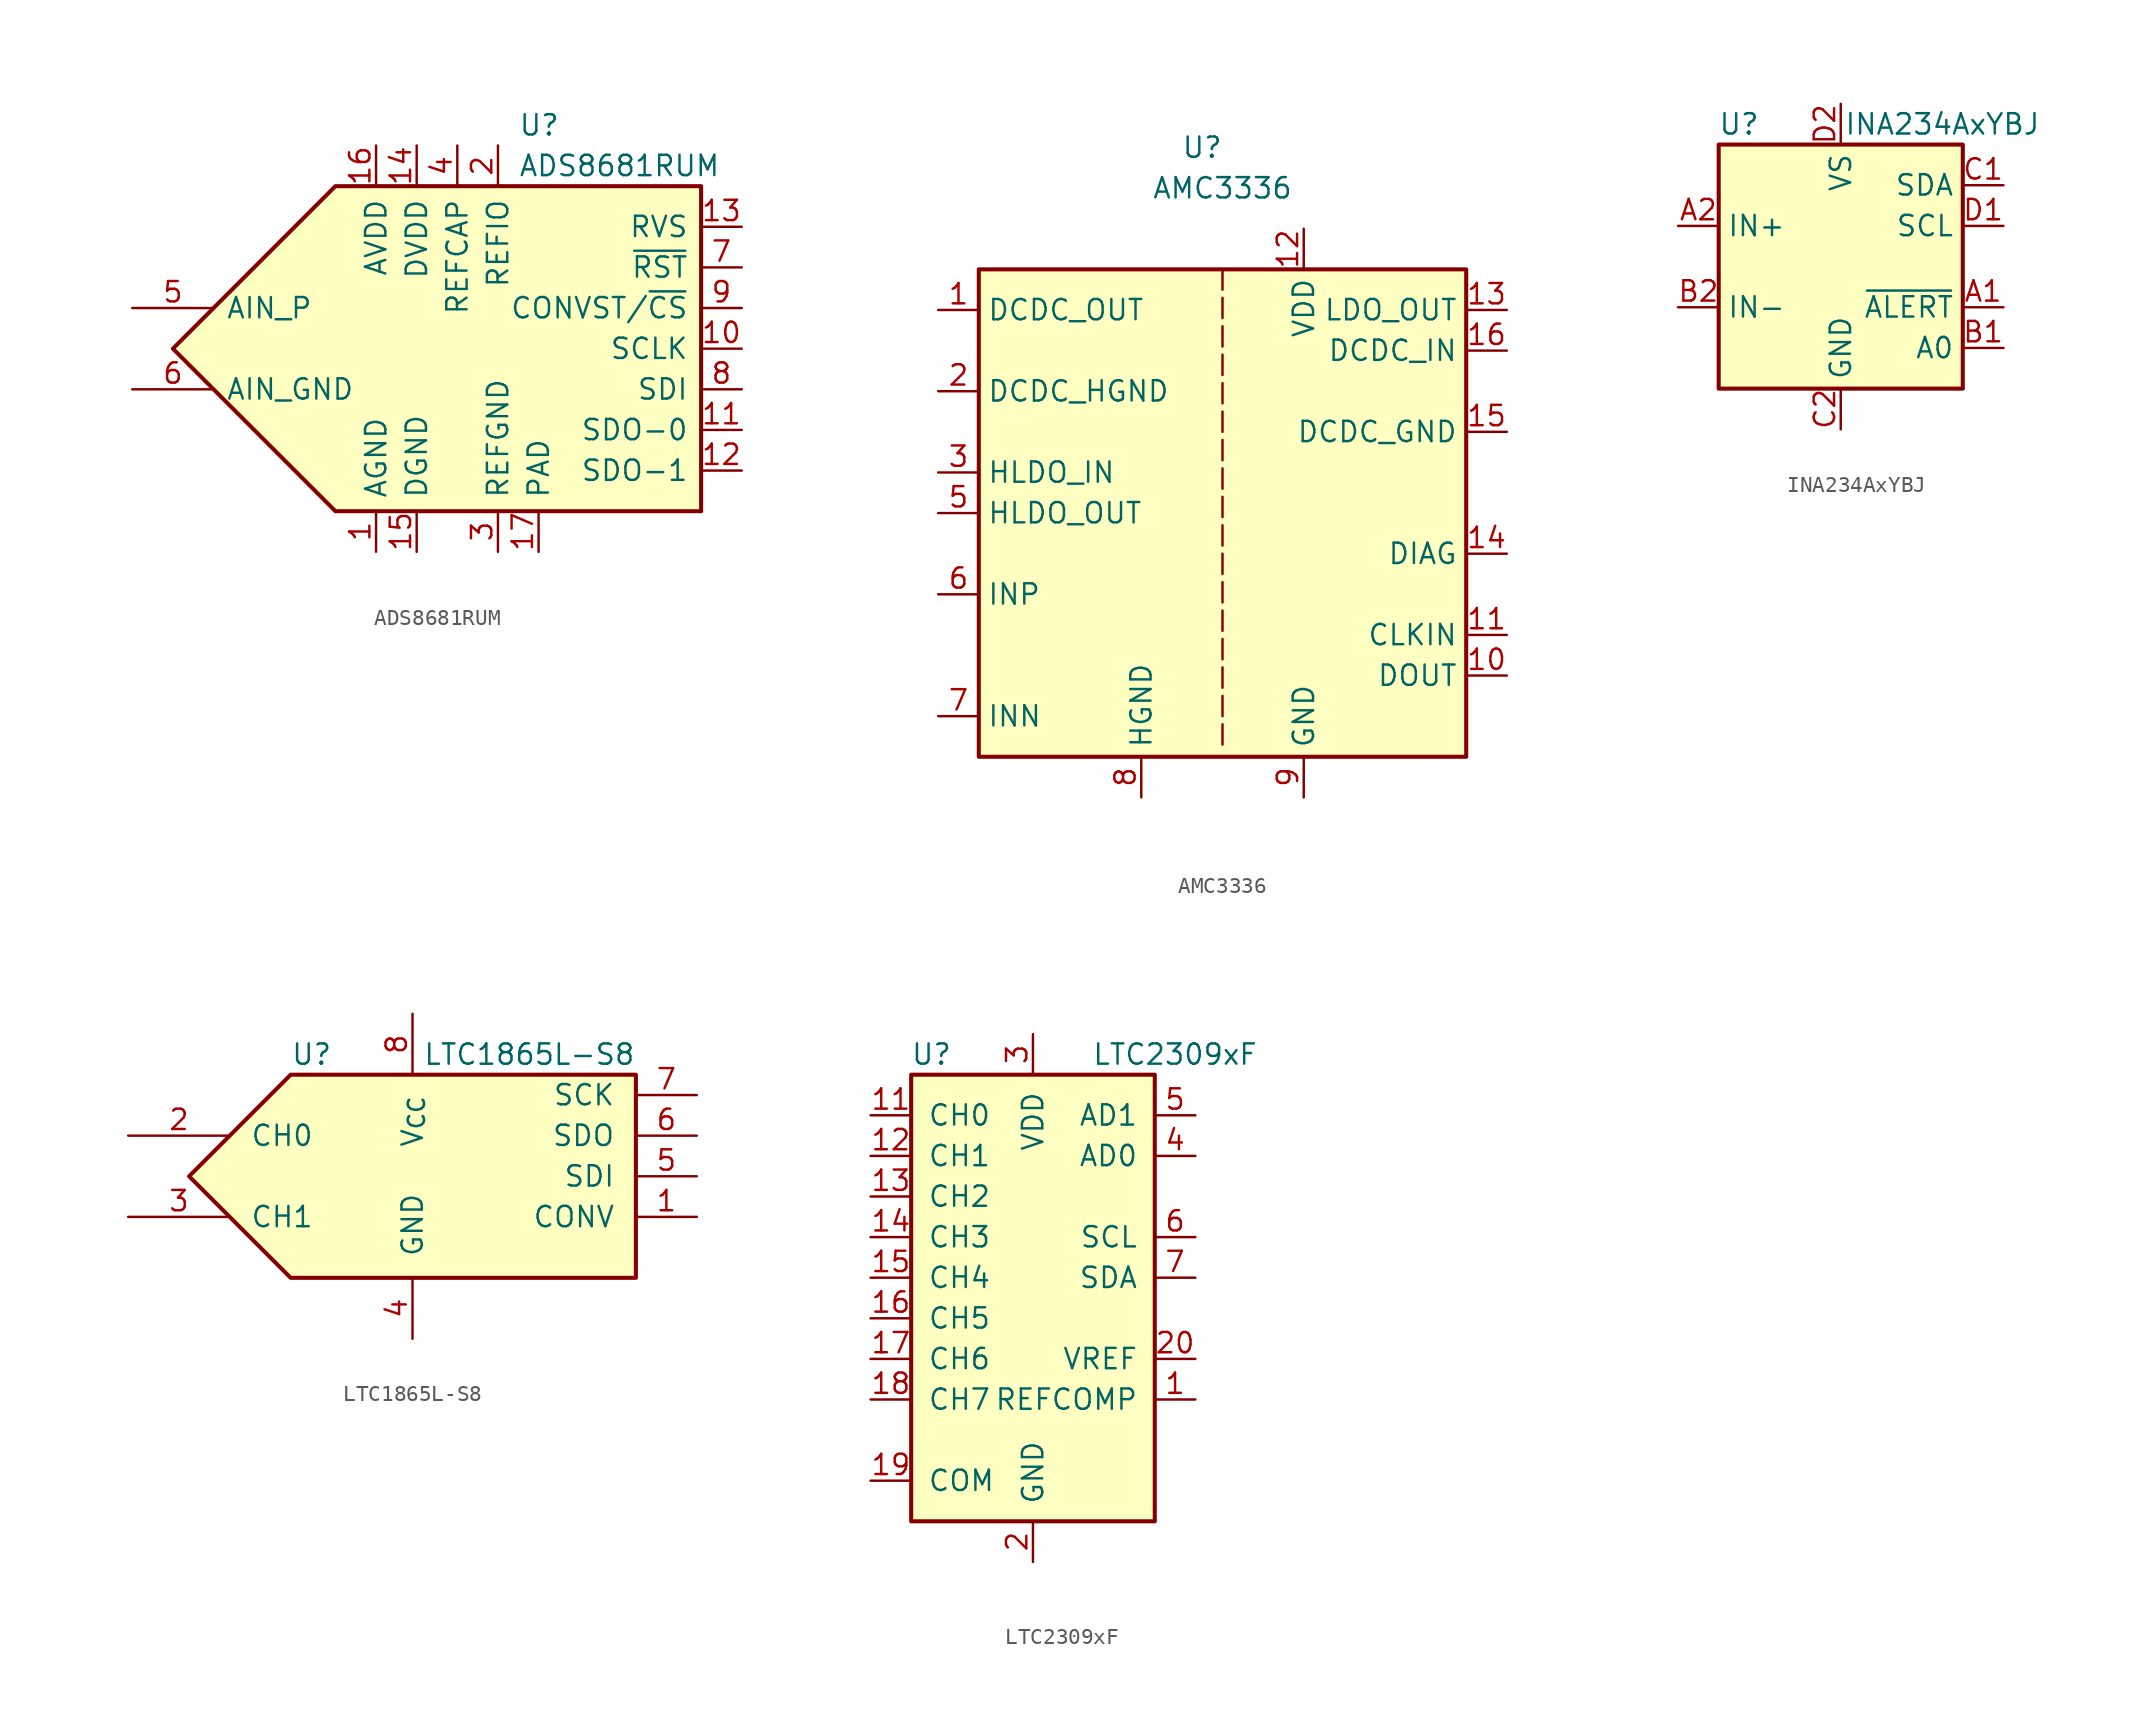
<source format=kicad_sym>
(kicad_symbol_lib
  (version 20231120)
  (generator "kicad_symbol_editor")
  (generator_version "8.0")
  (symbol "ADS8681RUM"
    (pin_names
      (offset 0.762))
    (property "Reference" "U"
      (at 6.35 13.97 0)
      (effects (font (size 1.27 1.27)) (justify left)))
    (property "Value" "ADS8681RUM"
      (at 6.35 11.43 0)
      (effects (font (size 1.27 1.27)) (justify left)))
    (symbol "ADS8681RUM_0_1"
      (polyline (pts (xy -5.08 10.16) (xy 17.78 10.16) (xy 17.78 -10.16) (xy -5.08 -10.16) (xy -15.24 0) (xy -5.08 10.16)) (stroke (width 0.254) (type default)) (fill (type background))))
    (symbol "ADS8681RUM_1_1"
      (pin power_in line (at -2.54 -12.7 90) (length 2.54) (name "AGND" (effects (font (size 1.27 1.27)))) (number "1" (effects (font (size 1.27 1.27)))))
      (pin input line (at 20.32 0 180) (length 2.54) (name "SCLK" (effects (font (size 1.27 1.27)))) (number "10" (effects (font (size 1.27 1.27)))))
      (pin tri_state line (at 20.32 -5.08 180) (length 2.54) (name "SDO-0" (effects (font (size 1.27 1.27)))) (number "11" (effects (font (size 1.27 1.27)))))
      (pin tri_state line (at 20.32 -7.62 180) (length 2.54) (name "SDO-1" (effects (font (size 1.27 1.27)))) (number "12" (effects (font (size 1.27 1.27)))))
      (pin output line (at 20.32 7.62 180) (length 2.54) (name "RVS" (effects (font (size 1.27 1.27)))) (number "13" (effects (font (size 1.27 1.27)))))
      (pin power_in line (at 0 12.7 270) (length 2.54) (name "DVDD" (effects (font (size 1.27 1.27)))) (number "14" (effects (font (size 1.27 1.27)))))
      (pin power_in line (at 0 -12.7 90) (length 2.54) (name "DGND" (effects (font (size 1.27 1.27)))) (number "15" (effects (font (size 1.27 1.27)))))
      (pin power_in line (at -2.54 12.7 270) (length 2.54) (name "AVDD" (effects (font (size 1.27 1.27)))) (number "16" (effects (font (size 1.27 1.27)))))
      (pin power_in line (at 7.62 -12.7 90) (length 2.54) (name "PAD" (effects (font (size 1.27 1.27)))) (number "17" (effects (font (size 1.27 1.27)))))
      (pin passive line (at 5.08 12.7 270) (length 2.54) (name "REFIO" (effects (font (size 1.27 1.27)))) (number "2" (effects (font (size 1.27 1.27)))))
      (pin power_in line (at 5.08 -12.7 90) (length 2.54) (name "REFGND" (effects (font (size 1.27 1.27)))) (number "3" (effects (font (size 1.27 1.27)))))
      (pin power_in line (at 2.54 12.7 270) (length 2.54) (name "REFCAP" (effects (font (size 1.27 1.27)))) (number "4" (effects (font (size 1.27 1.27)))))
      (pin input line (at -17.78 2.54 0) (length 5.08) (name "AIN_P" (effects (font (size 1.27 1.27)))) (number "5" (effects (font (size 1.27 1.27)))))
      (pin input line (at -17.78 -2.54 0) (length 5.08) (name "AIN_GND" (effects (font (size 1.27 1.27)))) (number "6" (effects (font (size 1.27 1.27)))))
      (pin input line (at 20.32 5.08 180) (length 2.54) (name "~{RST}" (effects (font (size 1.27 1.27)))) (number "7" (effects (font (size 1.27 1.27)))))
      (pin input line (at 20.32 -2.54 180) (length 2.54) (name "SDI" (effects (font (size 1.27 1.27)))) (number "8" (effects (font (size 1.27 1.27)))))
      (pin input line (at 20.32 2.54 180) (length 2.54) (name "CONVST/~{CS}" (effects (font (size 1.27 1.27)))) (number "9" (effects (font (size 1.27 1.27)))))))
  (symbol "AMC3336"
    (property "Reference" "U"
      (at -1.27 22.86 0)
      (effects (font (size 1.27 1.27))))
    (property "Value" "AMC3336"
      (at 0 20.32 0)
      (effects (font (size 1.27 1.27))))
    (symbol "AMC3336_0_1"
      (rectangle (start -15.24 15.24) (end 15.24 -15.24) (stroke (width 0.254) (type default)) (fill (type background)))
      (polyline (pts (xy 0 -13.208) (xy 0 -14.478)) (stroke (width 0) (type default)) (fill (type none)))
      (polyline (pts (xy 0 -11.43) (xy 0 -12.7)) (stroke (width 0) (type default)) (fill (type none)))
      (polyline (pts (xy 0 -9.652) (xy 0 -10.922)) (stroke (width 0) (type default)) (fill (type none)))
      (polyline (pts (xy 0 -7.874) (xy 0 -9.144)) (stroke (width 0) (type default)) (fill (type none)))
      (polyline (pts (xy 0 -6.096) (xy 0 -7.366)) (stroke (width 0) (type default)) (fill (type none)))
      (polyline (pts (xy 0 -4.318) (xy 0 -5.588)) (stroke (width 0) (type default)) (fill (type none)))
      (polyline (pts (xy 0 -2.54) (xy 0 -3.81)) (stroke (width 0) (type default)) (fill (type none)))
      (polyline (pts (xy 0 -0.762) (xy 0 -2.032)) (stroke (width 0) (type default)) (fill (type none)))
      (polyline (pts (xy 0 1.016) (xy 0 -0.254)) (stroke (width 0) (type default)) (fill (type none)))
      (polyline (pts (xy 0 2.794) (xy 0 1.524)) (stroke (width 0) (type default)) (fill (type none)))
      (polyline (pts (xy 0 4.572) (xy 0 3.302)) (stroke (width 0) (type default)) (fill (type none)))
      (polyline (pts (xy 0 6.35) (xy 0 5.08)) (stroke (width 0) (type default)) (fill (type none)))
      (polyline (pts (xy 0 8.128) (xy 0 6.858)) (stroke (width 0) (type default)) (fill (type none)))
      (polyline (pts (xy 0 9.906) (xy 0 8.636)) (stroke (width 0) (type default)) (fill (type none)))
      (polyline (pts (xy 0 11.684) (xy 0 10.414)) (stroke (width 0) (type default)) (fill (type none)))
      (polyline (pts (xy 0 13.462) (xy 0 12.192)) (stroke (width 0) (type default)) (fill (type none)))
      (polyline (pts (xy 0 15.24) (xy 0 13.97)) (stroke (width 0) (type default)) (fill (type none))))
    (symbol "AMC3336_1_1"
      (pin power_out line (at -17.78 12.7 0) (length 2.54) (name "DCDC_OUT" (effects (font (size 1.27 1.27)))) (number "1" (effects (font (size 1.27 1.27)))))
      (pin output line (at 17.78 -10.16 180) (length 2.54) (name "DOUT" (effects (font (size 1.27 1.27)))) (number "10" (effects (font (size 1.27 1.27)))))
      (pin input line (at 17.78 -7.62 180) (length 2.54) (name "CLKIN" (effects (font (size 1.27 1.27)))) (number "11" (effects (font (size 1.27 1.27)))))
      (pin power_in line (at 5.08 17.78 270) (length 2.54) (name "VDD" (effects (font (size 1.27 1.27)))) (number "12" (effects (font (size 1.27 1.27)))))
      (pin power_out line (at 17.78 12.7 180) (length 2.54) (name "LDO_OUT" (effects (font (size 1.27 1.27)))) (number "13" (effects (font (size 1.27 1.27)))))
      (pin output line (at 17.78 -2.54 180) (length 2.54) (name "DIAG" (effects (font (size 1.27 1.27)))) (number "14" (effects (font (size 1.27 1.27)))))
      (pin power_in line (at 17.78 5.08 180) (length 2.54) (name "DCDC_GND" (effects (font (size 1.27 1.27)))) (number "15" (effects (font (size 1.27 1.27)))))
      (pin power_in line (at 17.78 10.16 180) (length 2.54) (name "DCDC_IN" (effects (font (size 1.27 1.27)))) (number "16" (effects (font (size 1.27 1.27)))))
      (pin power_out line (at -17.78 7.62 0) (length 2.54) (name "DCDC_HGND" (effects (font (size 1.27 1.27)))) (number "2" (effects (font (size 1.27 1.27)))))
      (pin power_in line (at -17.78 2.54 0) (length 2.54) (name "HLDO_IN" (effects (font (size 1.27 1.27)))) (number "3" (effects (font (size 1.27 1.27)))))
      (pin no_connect line (at -7.62 -15.24 90) (length 2.54) hide (name "NC" (effects (font (size 1.27 1.27)))) (number "4" (effects (font (size 1.27 1.27)))))
      (pin power_out line (at -17.78 0 0) (length 2.54) (name "HLDO_OUT" (effects (font (size 1.27 1.27)))) (number "5" (effects (font (size 1.27 1.27)))))
      (pin input line (at -17.78 -5.08 0) (length 2.54) (name "INP" (effects (font (size 1.27 1.27)))) (number "6" (effects (font (size 1.27 1.27)))))
      (pin input line (at -17.78 -12.7 0) (length 2.54) (name "INN" (effects (font (size 1.27 1.27)))) (number "7" (effects (font (size 1.27 1.27)))))
      (pin power_in line (at -5.08 -17.78 90) (length 2.54) (name "HGND" (effects (font (size 1.27 1.27)))) (number "8" (effects (font (size 1.27 1.27)))))
      (pin power_in line (at 5.08 -17.78 90) (length 2.54) (name "GND" (effects (font (size 1.27 1.27)))) (number "9" (effects (font (size 1.27 1.27)))))))
  (symbol "INA234AxYBJ"
    (property "Reference" "U"
      (at -6.35 8.89 0)
      (effects (font (size 1.27 1.27))))
    (property "Value" "INA234AxYBJ"
      (at 6.35 8.89 0)
      (effects (font (size 1.27 1.27))))
    (symbol "INA234AxYBJ_0_1"
      (rectangle (start -7.62 7.62) (end 7.62 -7.62) (stroke (width 0.254) (type default)) (fill (type background))))
    (symbol "INA234AxYBJ_1_1"
      (pin open_collector line (at 10.16 -2.54 180) (length 2.54) (name "~{ALERT}" (effects (font (size 1.27 1.27)))) (number "A1" (effects (font (size 1.27 1.27)))) (alternate "ALERT" open_collector line))
      (pin input line (at -10.16 2.54 0) (length 2.54) (name "IN+" (effects (font (size 1.27 1.27)))) (number "A2" (effects (font (size 1.27 1.27)))))
      (pin input line (at 10.16 -5.08 180) (length 2.54) (name "A0" (effects (font (size 1.27 1.27)))) (number "B1" (effects (font (size 1.27 1.27)))))
      (pin input line (at -10.16 -2.54 0) (length 2.54) (name "IN-" (effects (font (size 1.27 1.27)))) (number "B2" (effects (font (size 1.27 1.27)))))
      (pin bidirectional line (at 10.16 5.08 180) (length 2.54) (name "SDA" (effects (font (size 1.27 1.27)))) (number "C1" (effects (font (size 1.27 1.27)))))
      (pin power_in line (at 0 -10.16 90) (length 2.54) (name "GND" (effects (font (size 1.27 1.27)))) (number "C2" (effects (font (size 1.27 1.27)))))
      (pin input line (at 10.16 2.54 180) (length 2.54) (name "SCL" (effects (font (size 1.27 1.27)))) (number "D1" (effects (font (size 1.27 1.27)))))
      (pin power_in line (at 0 10.16 270) (length 2.54) (name "VS" (effects (font (size 1.27 1.27)))) (number "D2" (effects (font (size 1.27 1.27)))))))
  (symbol "LTC1865L-S8"
    (pin_names
      (offset 1.27))
    (property "Reference" "U"
      (at -10.16 7.62 0)
      (effects (font (size 1.27 1.27)) (justify left)))
    (property "Value" "LTC1865L-S8"
      (at 11.43 7.62 0)
      (effects (font (size 1.27 1.27)) (justify right)))
    (symbol "LTC1865L-S8_0_1"
      (polyline (pts (xy 11.43 6.35) (xy -10.16 6.35) (xy -16.51 0) (xy -10.16 -6.35) (xy 11.43 -6.35) (xy 11.43 6.35)) (stroke (width 0.254) (type default)) (fill (type background))))
    (symbol "LTC1865L-S8_1_1"
      (pin input line (at 15.24 -2.54 180) (length 3.81) (name "CONV" (effects (font (size 1.27 1.27)))) (number "1" (effects (font (size 1.27 1.27)))))
      (pin input line (at -20.32 2.54 0) (length 6.35) (name "CH0" (effects (font (size 1.27 1.27)))) (number "2" (effects (font (size 1.27 1.27)))))
      (pin input line (at -20.32 -2.54 0) (length 6.35) (name "CH1" (effects (font (size 1.27 1.27)))) (number "3" (effects (font (size 1.27 1.27)))))
      (pin power_in line (at -2.54 -10.16 90) (length 3.81) (name "GND" (effects (font (size 1.27 1.27)))) (number "4" (effects (font (size 1.27 1.27)))))
      (pin input line (at 15.24 0 180) (length 3.81) (name "SDI" (effects (font (size 1.27 1.27)))) (number "5" (effects (font (size 1.27 1.27)))))
      (pin output line (at 15.24 2.54 180) (length 3.81) (name "SDO" (effects (font (size 1.27 1.27)))) (number "6" (effects (font (size 1.27 1.27)))))
      (pin input line (at 15.24 5.08 180) (length 3.81) (name "SCK" (effects (font (size 1.27 1.27)))) (number "7" (effects (font (size 1.27 1.27)))))
      (pin power_in line (at -2.54 10.16 270) (length 3.81) (name "V_{CC}" (effects (font (size 1.27 1.27)))) (number "8" (effects (font (size 1.27 1.27)))))))
  (symbol "LTC2309xF"
    (pin_names
      (offset 1.016))
    (property "Reference" "U"
      (at -6.35 13.97 0)
      (effects (font (size 1.27 1.27))))
    (property "Value" "LTC2309xF"
      (at 8.89 13.97 0)
      (effects (font (size 1.27 1.27))))
    (symbol "LTC2309xF_0_1"
      (rectangle (start -7.62 12.7) (end 7.62 -15.24) (stroke (width 0.254) (type default)) (fill (type background)))
      (pin input line (at -10.16 -2.54 0) (length 2.54) (name "CH5" (effects (font (size 1.27 1.27)))) (number "16" (effects (font (size 1.27 1.27))))))
    (symbol "LTC2309xF_1_1"
      (pin input line (at 10.16 -7.62 180) (length 2.54) (name "REFCOMP" (effects (font (size 1.27 1.27)))) (number "1" (effects (font (size 1.27 1.27)))))
      (pin passive line (at 0 15.24 270) (length 2.54) hide (name "VDD" (effects (font (size 1.27 1.27)))) (number "10" (effects (font (size 1.27 1.27)))))
      (pin input line (at -10.16 10.16 0) (length 2.54) (name "CH0" (effects (font (size 1.27 1.27)))) (number "11" (effects (font (size 1.27 1.27)))))
      (pin input line (at -10.16 7.62 0) (length 2.54) (name "CH1" (effects (font (size 1.27 1.27)))) (number "12" (effects (font (size 1.27 1.27)))))
      (pin input line (at -10.16 5.08 0) (length 2.54) (name "CH2" (effects (font (size 1.27 1.27)))) (number "13" (effects (font (size 1.27 1.27)))))
      (pin input line (at -10.16 2.54 0) (length 2.54) (name "CH3" (effects (font (size 1.27 1.27)))) (number "14" (effects (font (size 1.27 1.27)))))
      (pin input line (at -10.16 0 0) (length 2.54) (name "CH4" (effects (font (size 1.27 1.27)))) (number "15" (effects (font (size 1.27 1.27)))))
      (pin input line (at -10.16 -5.08 0) (length 2.54) (name "CH6" (effects (font (size 1.27 1.27)))) (number "17" (effects (font (size 1.27 1.27)))))
      (pin input line (at -10.16 -7.62 0) (length 2.54) (name "CH7" (effects (font (size 1.27 1.27)))) (number "18" (effects (font (size 1.27 1.27)))))
      (pin input line (at -10.16 -12.7 0) (length 2.54) (name "COM" (effects (font (size 1.27 1.27)))) (number "19" (effects (font (size 1.27 1.27)))))
      (pin power_in line (at 0 -17.78 90) (length 2.54) (name "GND" (effects (font (size 1.27 1.27)))) (number "2" (effects (font (size 1.27 1.27)))))
      (pin input line (at 10.16 -5.08 180) (length 2.54) (name "VREF" (effects (font (size 1.27 1.27)))) (number "20" (effects (font (size 1.27 1.27)))))
      (pin power_in line (at 0 15.24 270) (length 2.54) (name "VDD" (effects (font (size 1.27 1.27)))) (number "3" (effects (font (size 1.27 1.27)))))
      (pin input line (at 10.16 7.62 180) (length 2.54) (name "AD0" (effects (font (size 1.27 1.27)))) (number "4" (effects (font (size 1.27 1.27)))))
      (pin input line (at 10.16 10.16 180) (length 2.54) (name "AD1" (effects (font (size 1.27 1.27)))) (number "5" (effects (font (size 1.27 1.27)))))
      (pin input line (at 10.16 2.54 180) (length 2.54) (name "SCL" (effects (font (size 1.27 1.27)))) (number "6" (effects (font (size 1.27 1.27)))))
      (pin bidirectional line (at 10.16 0 180) (length 2.54) (name "SDA" (effects (font (size 1.27 1.27)))) (number "7" (effects (font (size 1.27 1.27)))))
      (pin passive line (at 0 -17.78 90) (length 2.54) hide (name "GND" (effects (font (size 1.27 1.27)))) (number "8" (effects (font (size 1.27 1.27)))))
      (pin passive line (at 0 -17.78 90) (length 2.54) hide (name "GND" (effects (font (size 1.27 1.27)))) (number "9" (effects (font (size 1.27 1.27))))))))
</source>
